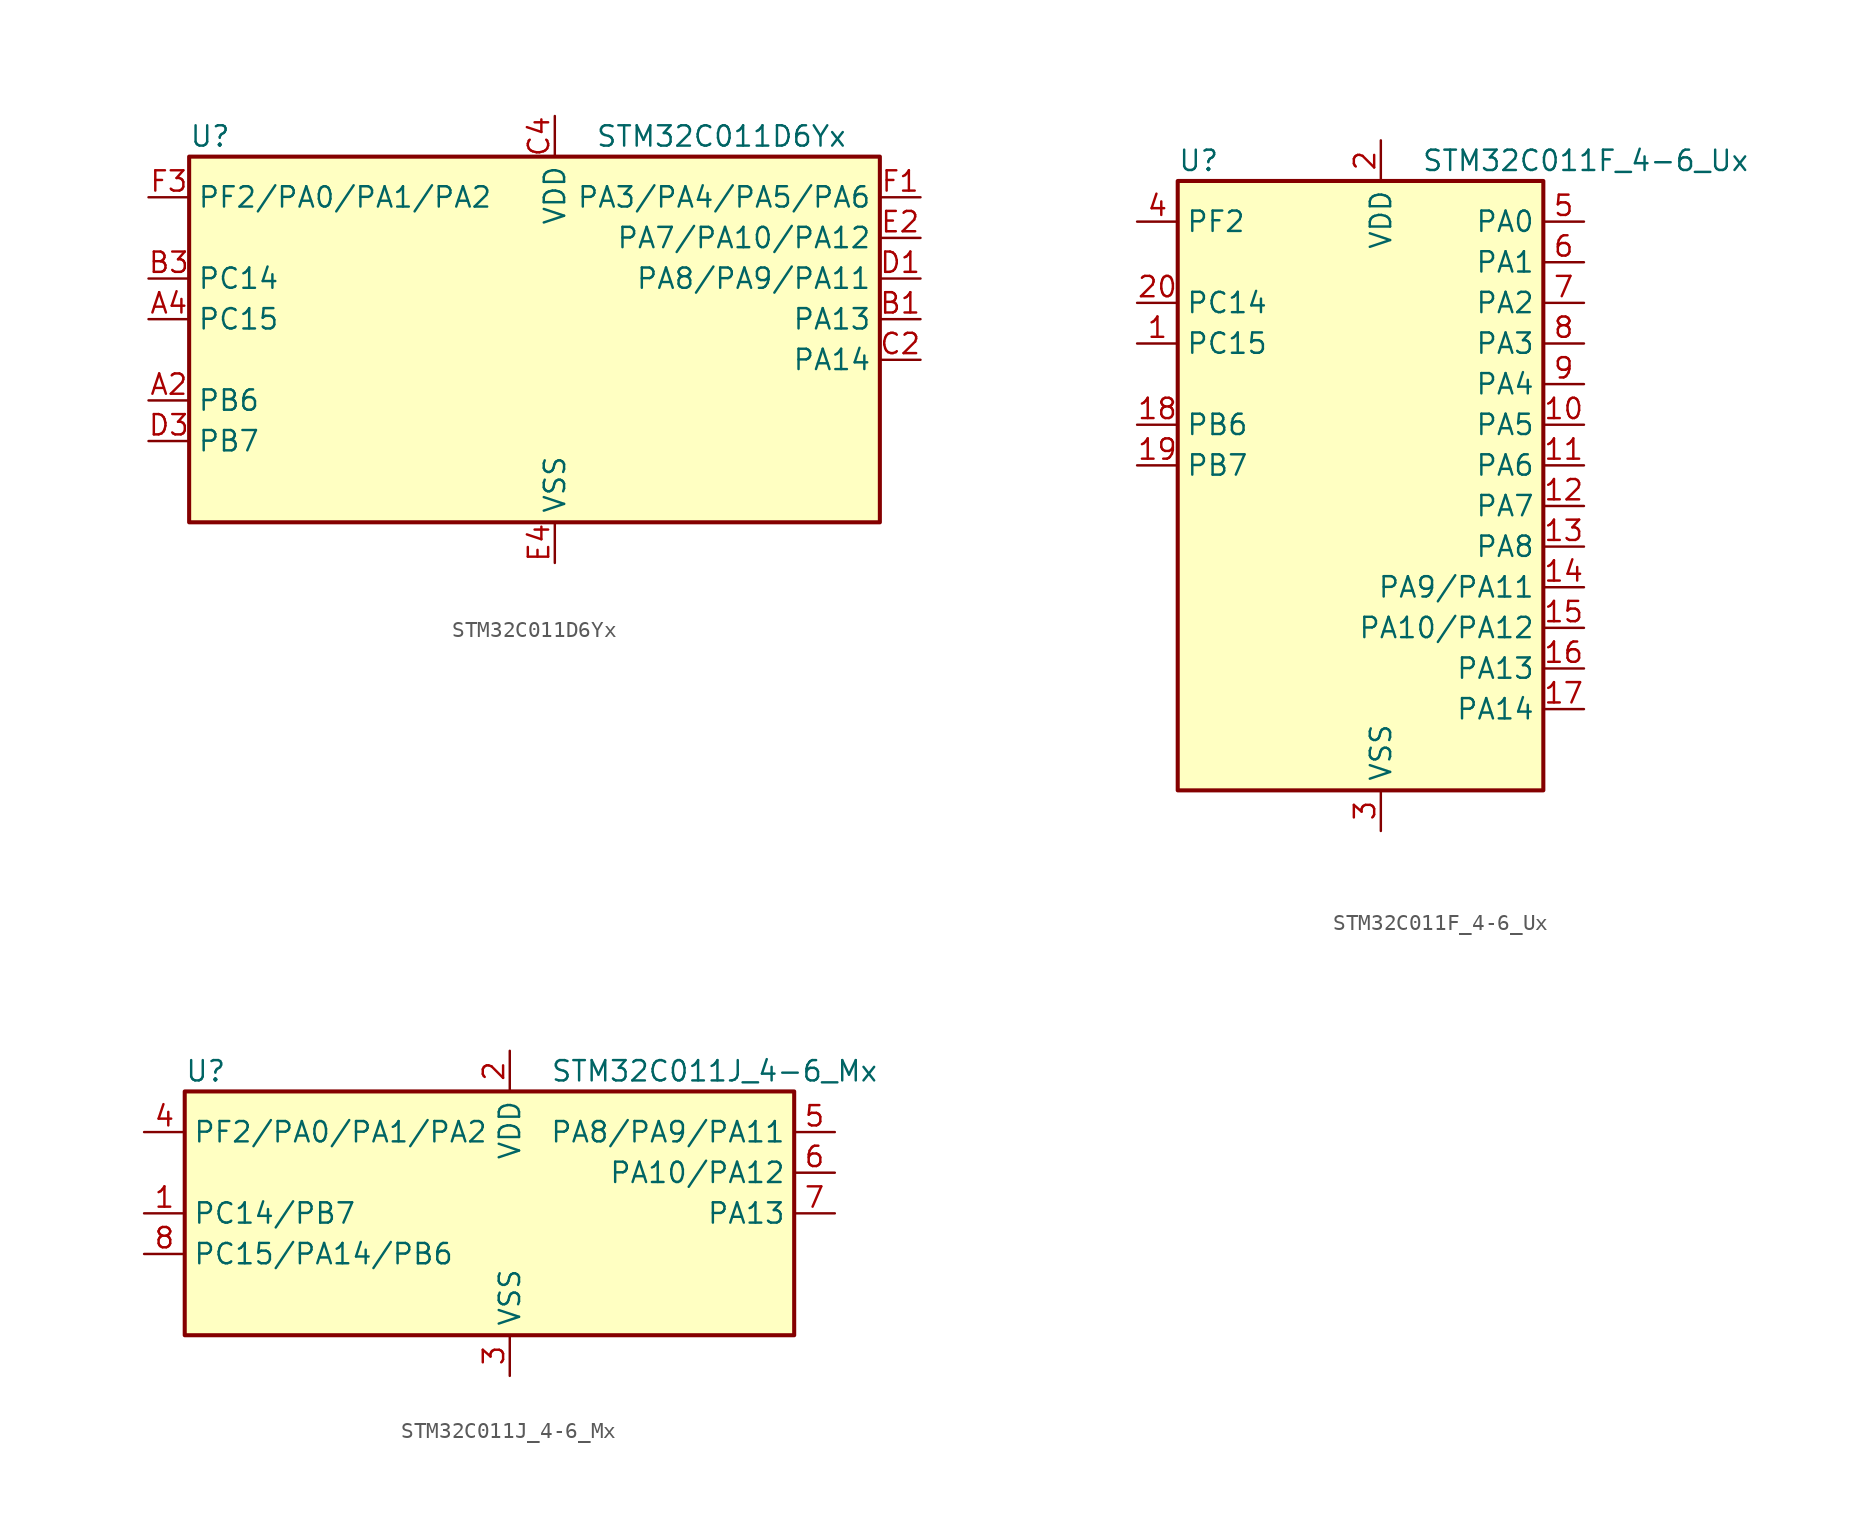
<source format=kicad_sym>
(kicad_symbol_lib
  (version 20231120)
  (generator "kicad_symbol_editor")
  (generator_version "8.0")
  (symbol "STM32C011D6Yx"
    (property "Reference" "U"
      (at -20.32 13.97 0)
      (effects (font (size 1.27 1.27)) (justify left)))
    (property "Value" "STM32C011D6Yx"
      (at 5.08 13.97 0)
      (effects (font (size 1.27 1.27)) (justify left)))
    (property "ki_locked" ""
      (at 0 0 0)
      (effects (font (size 1.27 1.27))))
    (symbol "STM32C011D6Yx_0_1"
      (rectangle (start -20.32 -10.16) (end 22.86 12.7) (stroke (width 0.254) (type default)) (fill (type background))))
    (symbol "STM32C011D6Yx_1_1"
      (pin bidirectional line (at -22.86 -2.54 0) (length 2.54) (name "PB6" (effects (font (size 1.27 1.27)))) (number "A2" (effects (font (size 1.27 1.27)))) (alternate "I2C1_SCL" bidirectional line) (alternate "I2C1_SMBA" bidirectional line) (alternate "I2S1_CK" bidirectional line) (alternate "I2S1_MCK" bidirectional line) (alternate "I2S1_SD" bidirectional line) (alternate "PWR_WKUP3" bidirectional line) (alternate "SPI1_MISO" bidirectional line) (alternate "SPI1_MOSI" bidirectional line) (alternate "SPI1_SCK" bidirectional line) (alternate "TIM16_BKIN" bidirectional line) (alternate "TIM16_CH1N" bidirectional line) (alternate "TIM17_BKIN" bidirectional line) (alternate "TIM1_CH2" bidirectional line) (alternate "TIM1_CH3" bidirectional line) (alternate "TIM3_CH1" bidirectional line) (alternate "TIM3_CH2" bidirectional line) (alternate "TIM3_CH3" bidirectional line) (alternate "USART1_CK" bidirectional line) (alternate "USART1_CTS" bidirectional line) (alternate "USART1_DE" bidirectional line) (alternate "USART1_NSS" bidirectional line) (alternate "USART1_RTS" bidirectional line) (alternate "USART1_TX" bidirectional line))
      (pin bidirectional line (at -22.86 2.54 0) (length 2.54) (name "PC15" (effects (font (size 1.27 1.27)))) (number "A4" (effects (font (size 1.27 1.27)))) (alternate "RCC_OSC32_EN" bidirectional line) (alternate "RCC_OSCX_OUT" bidirectional line) (alternate "RCC_OSC_EN" bidirectional line) (alternate "TIM1_ETR" bidirectional line) (alternate "TIM3_CH3" bidirectional line))
      (pin bidirectional line (at 25.4 2.54 180) (length 2.54) (name "PA13" (effects (font (size 1.27 1.27)))) (number "B1" (effects (font (size 1.27 1.27)))) (alternate "ADC1_IN13" bidirectional line) (alternate "DEBUG_SWDIO" bidirectional line) (alternate "IR_OUT" bidirectional line) (alternate "TIM3_ETR" bidirectional line) (alternate "USART2_RX" bidirectional line))
      (pin bidirectional line (at -22.86 5.08 0) (length 2.54) (name "PC14" (effects (font (size 1.27 1.27)))) (number "B3" (effects (font (size 1.27 1.27)))) (alternate "I2C1_SDA" bidirectional line) (alternate "IR_OUT" bidirectional line) (alternate "RCC_OSCX_IN" bidirectional line) (alternate "TIM17_CH1" bidirectional line) (alternate "TIM1_BKIN2" bidirectional line) (alternate "TIM1_ETR" bidirectional line) (alternate "TIM3_CH2" bidirectional line) (alternate "USART1_TX" bidirectional line) (alternate "USART2_CK" bidirectional line) (alternate "USART2_DE" bidirectional line) (alternate "USART2_RTS" bidirectional line))
      (pin bidirectional line (at 25.4 0 180) (length 2.54) (name "PA14" (effects (font (size 1.27 1.27)))) (number "C2" (effects (font (size 1.27 1.27)))) (alternate "ADC1_IN14" bidirectional line) (alternate "DEBUG_SWCLK" bidirectional line) (alternate "I2S1_WS" bidirectional line) (alternate "RCC_MCO_2" bidirectional line) (alternate "SPI1_NSS" bidirectional line) (alternate "TIM1_CH1" bidirectional line) (alternate "USART1_CK" bidirectional line) (alternate "USART1_DE" bidirectional line) (alternate "USART1_RTS" bidirectional line) (alternate "USART2_RX" bidirectional line) (alternate "USART2_TX" bidirectional line))
      (pin power_in line (at 2.54 15.24 270) (length 2.54) (name "VDD" (effects (font (size 1.27 1.27)))) (number "C4" (effects (font (size 1.27 1.27)))))
      (pin bidirectional line (at 25.4 5.08 180) (length 2.54) (name "PA8/PA9/PA11" (effects (font (size 1.27 1.27)))) (number "D1" (effects (font (size 1.27 1.27)))) (alternate "ADC1_IN8" bidirectional line) (alternate "I2S1_WS" bidirectional line) (alternate "RCC_MCO" bidirectional line) (alternate "RCC_MCO_2" bidirectional line) (alternate "SPI1_NSS" bidirectional line) (alternate "TIM14_CH1" bidirectional line) (alternate "TIM1_CH1" bidirectional line) (alternate "TIM1_CH2N" bidirectional line) (alternate "TIM1_CH3N" bidirectional line) (alternate "TIM3_CH3" bidirectional line) (alternate "TIM3_CH4" bidirectional line) (alternate "USART1_RX" bidirectional line) (alternate "USART2_TX" bidirectional line))
      (pin bidirectional line (at -22.86 -5.08 0) (length 2.54) (name "PB7" (effects (font (size 1.27 1.27)))) (number "D3" (effects (font (size 1.27 1.27)))) (alternate "I2C1_SCL" bidirectional line) (alternate "I2C1_SDA" bidirectional line) (alternate "RTC_REFIN" bidirectional line) (alternate "TIM16_CH1" bidirectional line) (alternate "TIM17_CH1N" bidirectional line) (alternate "TIM1_CH4" bidirectional line) (alternate "TIM3_CH1" bidirectional line) (alternate "TIM3_CH4" bidirectional line) (alternate "USART1_RX" bidirectional line) (alternate "USART2_CTS" bidirectional line) (alternate "USART2_NSS" bidirectional line))
      (pin bidirectional line (at 25.4 7.62 180) (length 2.54) (name "PA7/PA10/PA12" (effects (font (size 1.27 1.27)))) (number "E2" (effects (font (size 1.27 1.27)))) (alternate "ADC1_IN7" bidirectional line) (alternate "I2S1_SD" bidirectional line) (alternate "SPI1_MOSI" bidirectional line) (alternate "TIM14_CH1" bidirectional line) (alternate "TIM17_CH1" bidirectional line) (alternate "TIM1_CH1N" bidirectional line) (alternate "TIM3_CH2" bidirectional line))
      (pin power_in line (at 2.54 -12.7 90) (length 2.54) (name "VSS" (effects (font (size 1.27 1.27)))) (number "E4" (effects (font (size 1.27 1.27)))))
      (pin bidirectional line (at 25.4 10.16 180) (length 2.54) (name "PA3/PA4/PA5/PA6" (effects (font (size 1.27 1.27)))) (number "F1" (effects (font (size 1.27 1.27)))) (alternate "ADC1_IN3" bidirectional line) (alternate "TIM1_CH1N" bidirectional line) (alternate "TIM1_CH4" bidirectional line) (alternate "USART2_RX" bidirectional line))
      (pin bidirectional line (at -22.86 10.16 0) (length 2.54) (name "PF2/PA0/PA1/PA2" (effects (font (size 1.27 1.27)))) (number "F3" (effects (font (size 1.27 1.27)))) (alternate "RCC_MCO" bidirectional line) (alternate "TIM1_CH4" bidirectional line))))
  (symbol "STM32C011F_4-6_Ux"
    (property "Reference" "U"
      (at -10.16 21.59 0)
      (effects (font (size 1.27 1.27)) (justify left)))
    (property "Value" "STM32C011F_4-6_Ux"
      (at 5.08 21.59 0)
      (effects (font (size 1.27 1.27)) (justify left)))
    (property "ki_locked" ""
      (at 0 0 0)
      (effects (font (size 1.27 1.27))))
    (symbol "STM32C011F_4-6_Ux_0_1"
      (rectangle (start -10.16 -17.78) (end 12.7 20.32) (stroke (width 0.254) (type default)) (fill (type background))))
    (symbol "STM32C011F_4-6_Ux_1_1"
      (pin bidirectional line (at -12.7 10.16 0) (length 2.54) (name "PC15" (effects (font (size 1.27 1.27)))) (number "1" (effects (font (size 1.27 1.27)))) (alternate "RCC_OSC32_EN" bidirectional line) (alternate "RCC_OSCX_OUT" bidirectional line) (alternate "RCC_OSC_EN" bidirectional line) (alternate "TIM1_ETR" bidirectional line) (alternate "TIM3_CH3" bidirectional line))
      (pin bidirectional line (at 15.24 5.08 180) (length 2.54) (name "PA5" (effects (font (size 1.27 1.27)))) (number "10" (effects (font (size 1.27 1.27)))) (alternate "ADC1_IN5" bidirectional line) (alternate "I2S1_CK" bidirectional line) (alternate "SPI1_SCK" bidirectional line) (alternate "TIM1_CH1" bidirectional line) (alternate "TIM1_CH3N" bidirectional line) (alternate "USART2_RX" bidirectional line))
      (pin bidirectional line (at 15.24 2.54 180) (length 2.54) (name "PA6" (effects (font (size 1.27 1.27)))) (number "11" (effects (font (size 1.27 1.27)))) (alternate "ADC1_IN6" bidirectional line) (alternate "I2S1_MCK" bidirectional line) (alternate "SPI1_MISO" bidirectional line) (alternate "TIM16_CH1" bidirectional line) (alternate "TIM1_BKIN" bidirectional line) (alternate "TIM3_CH1" bidirectional line))
      (pin bidirectional line (at 15.24 0 180) (length 2.54) (name "PA7" (effects (font (size 1.27 1.27)))) (number "12" (effects (font (size 1.27 1.27)))) (alternate "ADC1_IN7" bidirectional line) (alternate "I2S1_SD" bidirectional line) (alternate "SPI1_MOSI" bidirectional line) (alternate "TIM14_CH1" bidirectional line) (alternate "TIM17_CH1" bidirectional line) (alternate "TIM1_CH1N" bidirectional line) (alternate "TIM3_CH2" bidirectional line))
      (pin bidirectional line (at 15.24 -2.54 180) (length 2.54) (name "PA8" (effects (font (size 1.27 1.27)))) (number "13" (effects (font (size 1.27 1.27)))) (alternate "ADC1_IN8" bidirectional line) (alternate "I2S1_WS" bidirectional line) (alternate "RCC_MCO" bidirectional line) (alternate "RCC_MCO_2" bidirectional line) (alternate "SPI1_NSS" bidirectional line) (alternate "TIM14_CH1" bidirectional line) (alternate "TIM1_CH1" bidirectional line) (alternate "TIM1_CH2N" bidirectional line) (alternate "TIM1_CH3N" bidirectional line) (alternate "TIM3_CH3" bidirectional line) (alternate "TIM3_CH4" bidirectional line) (alternate "USART1_RX" bidirectional line) (alternate "USART2_TX" bidirectional line))
      (pin bidirectional line (at 15.24 -5.08 180) (length 2.54) (name "PA9/PA11" (effects (font (size 1.27 1.27)))) (number "14" (effects (font (size 1.27 1.27)))) (alternate "I2C1_SCL" bidirectional line) (alternate "RCC_MCO" bidirectional line) (alternate "TIM1_CH2" bidirectional line) (alternate "TIM3_ETR" bidirectional line) (alternate "USART1_TX" bidirectional line))
      (pin bidirectional line (at 15.24 -7.62 180) (length 2.54) (name "PA10/PA12" (effects (font (size 1.27 1.27)))) (number "15" (effects (font (size 1.27 1.27)))) (alternate "I2C1_SDA" bidirectional line) (alternate "RCC_MCO_2" bidirectional line) (alternate "TIM17_BKIN" bidirectional line) (alternate "TIM1_CH3" bidirectional line) (alternate "USART1_RX" bidirectional line))
      (pin bidirectional line (at 15.24 -10.16 180) (length 2.54) (name "PA13" (effects (font (size 1.27 1.27)))) (number "16" (effects (font (size 1.27 1.27)))) (alternate "ADC1_IN13" bidirectional line) (alternate "DEBUG_SWDIO" bidirectional line) (alternate "IR_OUT" bidirectional line) (alternate "TIM3_ETR" bidirectional line) (alternate "USART2_RX" bidirectional line))
      (pin bidirectional line (at 15.24 -12.7 180) (length 2.54) (name "PA14" (effects (font (size 1.27 1.27)))) (number "17" (effects (font (size 1.27 1.27)))) (alternate "ADC1_IN14" bidirectional line) (alternate "DEBUG_SWCLK" bidirectional line) (alternate "I2S1_WS" bidirectional line) (alternate "RCC_MCO_2" bidirectional line) (alternate "SPI1_NSS" bidirectional line) (alternate "TIM1_CH1" bidirectional line) (alternate "USART1_CK" bidirectional line) (alternate "USART1_DE" bidirectional line) (alternate "USART1_RTS" bidirectional line) (alternate "USART2_RX" bidirectional line) (alternate "USART2_TX" bidirectional line))
      (pin bidirectional line (at -12.7 5.08 0) (length 2.54) (name "PB6" (effects (font (size 1.27 1.27)))) (number "18" (effects (font (size 1.27 1.27)))) (alternate "I2C1_SCL" bidirectional line) (alternate "I2C1_SMBA" bidirectional line) (alternate "I2S1_CK" bidirectional line) (alternate "I2S1_MCK" bidirectional line) (alternate "I2S1_SD" bidirectional line) (alternate "PWR_WKUP3" bidirectional line) (alternate "SPI1_MISO" bidirectional line) (alternate "SPI1_MOSI" bidirectional line) (alternate "SPI1_SCK" bidirectional line) (alternate "TIM16_BKIN" bidirectional line) (alternate "TIM16_CH1N" bidirectional line) (alternate "TIM17_BKIN" bidirectional line) (alternate "TIM1_CH2" bidirectional line) (alternate "TIM1_CH3" bidirectional line) (alternate "TIM3_CH1" bidirectional line) (alternate "TIM3_CH2" bidirectional line) (alternate "TIM3_CH3" bidirectional line) (alternate "USART1_CK" bidirectional line) (alternate "USART1_CTS" bidirectional line) (alternate "USART1_DE" bidirectional line) (alternate "USART1_NSS" bidirectional line) (alternate "USART1_RTS" bidirectional line) (alternate "USART1_TX" bidirectional line))
      (pin bidirectional line (at -12.7 2.54 0) (length 2.54) (name "PB7" (effects (font (size 1.27 1.27)))) (number "19" (effects (font (size 1.27 1.27)))) (alternate "I2C1_SCL" bidirectional line) (alternate "I2C1_SDA" bidirectional line) (alternate "RTC_REFIN" bidirectional line) (alternate "TIM16_CH1" bidirectional line) (alternate "TIM17_CH1N" bidirectional line) (alternate "TIM1_CH4" bidirectional line) (alternate "TIM3_CH1" bidirectional line) (alternate "TIM3_CH4" bidirectional line) (alternate "USART1_RX" bidirectional line) (alternate "USART2_CTS" bidirectional line) (alternate "USART2_NSS" bidirectional line))
      (pin power_in line (at 2.54 22.86 270) (length 2.54) (name "VDD" (effects (font (size 1.27 1.27)))) (number "2" (effects (font (size 1.27 1.27)))))
      (pin bidirectional line (at -12.7 12.7 0) (length 2.54) (name "PC14" (effects (font (size 1.27 1.27)))) (number "20" (effects (font (size 1.27 1.27)))) (alternate "I2C1_SDA" bidirectional line) (alternate "IR_OUT" bidirectional line) (alternate "RCC_OSCX_IN" bidirectional line) (alternate "TIM17_CH1" bidirectional line) (alternate "TIM1_BKIN2" bidirectional line) (alternate "TIM1_ETR" bidirectional line) (alternate "TIM3_CH2" bidirectional line) (alternate "USART1_TX" bidirectional line) (alternate "USART2_CK" bidirectional line) (alternate "USART2_DE" bidirectional line) (alternate "USART2_RTS" bidirectional line))
      (pin power_in line (at 2.54 -20.32 90) (length 2.54) (name "VSS" (effects (font (size 1.27 1.27)))) (number "3" (effects (font (size 1.27 1.27)))))
      (pin bidirectional line (at -12.7 17.78 0) (length 2.54) (name "PF2" (effects (font (size 1.27 1.27)))) (number "4" (effects (font (size 1.27 1.27)))) (alternate "RCC_MCO" bidirectional line) (alternate "TIM1_CH4" bidirectional line))
      (pin bidirectional line (at 15.24 17.78 180) (length 2.54) (name "PA0" (effects (font (size 1.27 1.27)))) (number "5" (effects (font (size 1.27 1.27)))) (alternate "ADC1_IN0" bidirectional line) (alternate "PWR_WKUP1" bidirectional line) (alternate "TIM16_CH1" bidirectional line) (alternate "TIM1_CH1" bidirectional line) (alternate "USART1_TX" bidirectional line) (alternate "USART2_CTS" bidirectional line) (alternate "USART2_NSS" bidirectional line))
      (pin bidirectional line (at 15.24 15.24 180) (length 2.54) (name "PA1" (effects (font (size 1.27 1.27)))) (number "6" (effects (font (size 1.27 1.27)))) (alternate "ADC1_IN1" bidirectional line) (alternate "I2C1_SMBA" bidirectional line) (alternate "I2S1_CK" bidirectional line) (alternate "SPI1_SCK" bidirectional line) (alternate "TIM17_CH1" bidirectional line) (alternate "TIM1_CH2" bidirectional line) (alternate "USART1_RX" bidirectional line) (alternate "USART2_CK" bidirectional line) (alternate "USART2_DE" bidirectional line) (alternate "USART2_RTS" bidirectional line))
      (pin bidirectional line (at 15.24 12.7 180) (length 2.54) (name "PA2" (effects (font (size 1.27 1.27)))) (number "7" (effects (font (size 1.27 1.27)))) (alternate "ADC1_IN2" bidirectional line) (alternate "I2S1_SD" bidirectional line) (alternate "PWR_WKUP4" bidirectional line) (alternate "RCC_LSCO" bidirectional line) (alternate "SPI1_MOSI" bidirectional line) (alternate "TIM16_CH1N" bidirectional line) (alternate "TIM1_CH3" bidirectional line) (alternate "TIM3_ETR" bidirectional line) (alternate "USART2_TX" bidirectional line))
      (pin bidirectional line (at 15.24 10.16 180) (length 2.54) (name "PA3" (effects (font (size 1.27 1.27)))) (number "8" (effects (font (size 1.27 1.27)))) (alternate "ADC1_IN3" bidirectional line) (alternate "TIM1_CH1N" bidirectional line) (alternate "TIM1_CH4" bidirectional line) (alternate "USART2_RX" bidirectional line))
      (pin bidirectional line (at 15.24 7.62 180) (length 2.54) (name "PA4" (effects (font (size 1.27 1.27)))) (number "9" (effects (font (size 1.27 1.27)))) (alternate "ADC1_IN4" bidirectional line) (alternate "I2S1_WS" bidirectional line) (alternate "PWR_WKUP2" bidirectional line) (alternate "RTC_OUT1" bidirectional line) (alternate "RTC_TS" bidirectional line) (alternate "SPI1_NSS" bidirectional line) (alternate "TIM14_CH1" bidirectional line) (alternate "TIM17_CH1N" bidirectional line) (alternate "TIM1_CH2N" bidirectional line) (alternate "USART2_TX" bidirectional line))))
  (symbol "STM32C011J_4-6_Mx"
    (property "Reference" "U"
      (at -17.78 8.89 0)
      (effects (font (size 1.27 1.27)) (justify left)))
    (property "Value" "STM32C011J_4-6_Mx"
      (at 5.08 8.89 0)
      (effects (font (size 1.27 1.27)) (justify left)))
    (property "ki_locked" ""
      (at 0 0 0)
      (effects (font (size 1.27 1.27))))
    (symbol "STM32C011J_4-6_Mx_0_1"
      (rectangle (start -17.78 -7.62) (end 20.32 7.62) (stroke (width 0.254) (type default)) (fill (type background))))
    (symbol "STM32C011J_4-6_Mx_1_1"
      (pin bidirectional line (at -20.32 0 0) (length 2.54) (name "PC14/PB7" (effects (font (size 1.27 1.27)))) (number "1" (effects (font (size 1.27 1.27)))) (alternate "I2C1_SDA" bidirectional line) (alternate "IR_OUT" bidirectional line) (alternate "RCC_OSCX_IN" bidirectional line) (alternate "TIM17_CH1" bidirectional line) (alternate "TIM1_BKIN2" bidirectional line) (alternate "TIM1_ETR" bidirectional line) (alternate "TIM3_CH2" bidirectional line) (alternate "USART1_TX" bidirectional line) (alternate "USART2_CK" bidirectional line) (alternate "USART2_DE" bidirectional line) (alternate "USART2_RTS" bidirectional line))
      (pin power_in line (at 2.54 10.16 270) (length 2.54) (name "VDD" (effects (font (size 1.27 1.27)))) (number "2" (effects (font (size 1.27 1.27)))))
      (pin power_in line (at 2.54 -10.16 90) (length 2.54) (name "VSS" (effects (font (size 1.27 1.27)))) (number "3" (effects (font (size 1.27 1.27)))))
      (pin bidirectional line (at -20.32 5.08 0) (length 2.54) (name "PF2/PA0/PA1/PA2" (effects (font (size 1.27 1.27)))) (number "4" (effects (font (size 1.27 1.27)))) (alternate "RCC_MCO" bidirectional line) (alternate "TIM1_CH4" bidirectional line))
      (pin bidirectional line (at 22.86 5.08 180) (length 2.54) (name "PA8/PA9/PA11" (effects (font (size 1.27 1.27)))) (number "5" (effects (font (size 1.27 1.27)))) (alternate "ADC1_IN8" bidirectional line) (alternate "I2S1_WS" bidirectional line) (alternate "RCC_MCO" bidirectional line) (alternate "RCC_MCO_2" bidirectional line) (alternate "SPI1_NSS" bidirectional line) (alternate "TIM14_CH1" bidirectional line) (alternate "TIM1_CH1" bidirectional line) (alternate "TIM1_CH2N" bidirectional line) (alternate "TIM1_CH3N" bidirectional line) (alternate "TIM3_CH3" bidirectional line) (alternate "TIM3_CH4" bidirectional line) (alternate "USART1_RX" bidirectional line) (alternate "USART2_TX" bidirectional line))
      (pin bidirectional line (at 22.86 2.54 180) (length 2.54) (name "PA10/PA12" (effects (font (size 1.27 1.27)))) (number "6" (effects (font (size 1.27 1.27)))) (alternate "I2C1_SDA" bidirectional line) (alternate "RCC_MCO_2" bidirectional line) (alternate "TIM17_BKIN" bidirectional line) (alternate "TIM1_CH3" bidirectional line) (alternate "USART1_RX" bidirectional line))
      (pin bidirectional line (at 22.86 0 180) (length 2.54) (name "PA13" (effects (font (size 1.27 1.27)))) (number "7" (effects (font (size 1.27 1.27)))) (alternate "ADC1_IN13" bidirectional line) (alternate "DEBUG_SWDIO" bidirectional line) (alternate "IR_OUT" bidirectional line) (alternate "TIM3_ETR" bidirectional line) (alternate "USART2_RX" bidirectional line))
      (pin bidirectional line (at -20.32 -2.54 0) (length 2.54) (name "PC15/PA14/PB6" (effects (font (size 1.27 1.27)))) (number "8" (effects (font (size 1.27 1.27)))) (alternate "RCC_OSC32_EN" bidirectional line) (alternate "RCC_OSCX_OUT" bidirectional line) (alternate "RCC_OSC_EN" bidirectional line) (alternate "TIM1_ETR" bidirectional line) (alternate "TIM3_CH3" bidirectional line)))))
</source>
